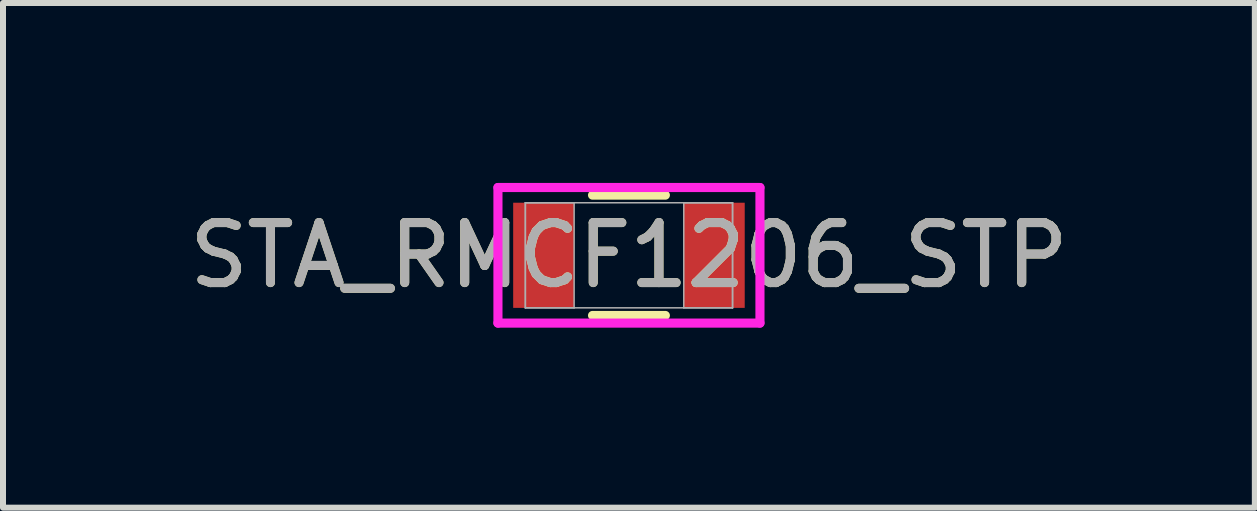
<source format=kicad_pcb>
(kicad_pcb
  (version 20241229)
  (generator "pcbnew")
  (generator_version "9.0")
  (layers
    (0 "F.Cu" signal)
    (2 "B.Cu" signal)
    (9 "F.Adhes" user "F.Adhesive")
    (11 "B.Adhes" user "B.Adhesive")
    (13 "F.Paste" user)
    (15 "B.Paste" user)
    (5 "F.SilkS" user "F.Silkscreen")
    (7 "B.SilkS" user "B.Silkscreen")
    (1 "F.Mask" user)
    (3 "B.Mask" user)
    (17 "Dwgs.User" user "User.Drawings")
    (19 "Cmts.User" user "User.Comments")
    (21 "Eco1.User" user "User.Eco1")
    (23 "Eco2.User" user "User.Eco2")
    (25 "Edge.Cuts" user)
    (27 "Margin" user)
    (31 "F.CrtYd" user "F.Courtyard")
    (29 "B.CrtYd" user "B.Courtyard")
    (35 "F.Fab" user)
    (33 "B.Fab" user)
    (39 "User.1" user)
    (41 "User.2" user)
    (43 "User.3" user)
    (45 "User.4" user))
  (footprint "STA_RMCF1206_STP"
    (layer "F.Cu")
    (at 7.435 1.206)
    (property "Reference" "STA_RMCF1206_STP" (at 0 0 0) (unlocked yes) (layer "F.SilkS") (effects (font (size 1 1) (thickness 0.15))))
    (attr smd)
    (fp_line (start -0.607 1.003) (end 0.607 1.003) (stroke (width 0.152) (type solid)) (layer "F.SilkS"))
    (fp_line (start 0.607 -1.003) (end -0.607 -1.003) (stroke (width 0.152) (type solid)) (layer "F.SilkS"))
    (fp_line (start -2.184 -1.13) (end 2.184 -1.13) (stroke (width 0.152) (type solid)) (layer "F.CrtYd"))
    (fp_line (start -2.184 1.13) (end -2.184 -1.13) (stroke (width 0.152) (type solid)) (layer "F.CrtYd"))
    (fp_line (start 2.184 -1.13) (end 2.184 1.13) (stroke (width 0.152) (type solid)) (layer "F.CrtYd"))
    (fp_line (start 2.184 1.13) (end -2.184 1.13) (stroke (width 0.152) (type solid)) (layer "F.CrtYd"))
    (fp_line (start -1.727 -0.876) (end -1.727 0.876) (stroke (width 0.025) (type solid)) (layer "F.Fab"))
    (fp_line (start -1.727 -0.876) (end -1.727 0.876) (stroke (width 0.025) (type solid)) (layer "F.Fab"))
    (fp_line (start -1.727 0.876) (end -0.914 0.876) (stroke (width 0.025) (type solid)) (layer "F.Fab"))
    (fp_line (start -1.727 0.876) (end 1.727 0.876) (stroke (width 0.025) (type solid)) (layer "F.Fab"))
    (fp_line (start -0.914 -0.876) (end -1.727 -0.876) (stroke (width 0.025) (type solid)) (layer "F.Fab"))
    (fp_line (start -0.914 0.876) (end -0.914 -0.876) (stroke (width 0.025) (type solid)) (layer "F.Fab"))
    (fp_line (start 0.914 -0.876) (end 0.914 0.876) (stroke (width 0.025) (type solid)) (layer "F.Fab"))
    (fp_line (start 0.914 0.876) (end 1.727 0.876) (stroke (width 0.025) (type solid)) (layer "F.Fab"))
    (fp_line (start 1.727 -0.876) (end -1.727 -0.876) (stroke (width 0.025) (type solid)) (layer "F.Fab"))
    (fp_line (start 1.727 -0.876) (end 0.914 -0.876) (stroke (width 0.025) (type solid)) (layer "F.Fab"))
    (fp_line (start 1.727 0.876) (end 1.727 -0.876) (stroke (width 0.025) (type solid)) (layer "F.Fab"))
    (fp_line (start 1.727 0.876) (end 1.727 -0.876) (stroke (width 0.025) (type solid)) (layer "F.Fab"))
    (fp_text user "${REFERENCE}" (at 0 0 0) (unlocked yes) (layer "F.Fab") (effects (font (size 1 1) (thickness 0.15))))
    (pad "1" smd rect (at -1.422 0) (size 1.016 1.753) (layers "F.Cu" "F.Mask" "F.Paste"))
    (pad "2" smd rect (at 1.422 0) (size 1.016 1.753) (layers "F.Cu" "F.Mask" "F.Paste"))
    (zone (net_name "") (layer "F.Cu") (hatch full 0.508) (connect_pads) (min_thickness 0.254) (filled_areas_thickness no) (keepout (tracks not_allowed) (vias not_allowed) (pads allowed) (copperpour not_allowed) (footprints allowed)) (placement (enabled no)) (fill) (polygon (pts (xy 6.571 0.381) (xy 8.298 0.381) (xy 8.298 2.032) (xy 6.571 2.032)))))
  (gr_rect
    (start -3 -3)
    (end 17.869 5.413)
    (stroke (width 0.1) (type default))
    (fill no)
    (layer "Edge.Cuts")))
</source>
